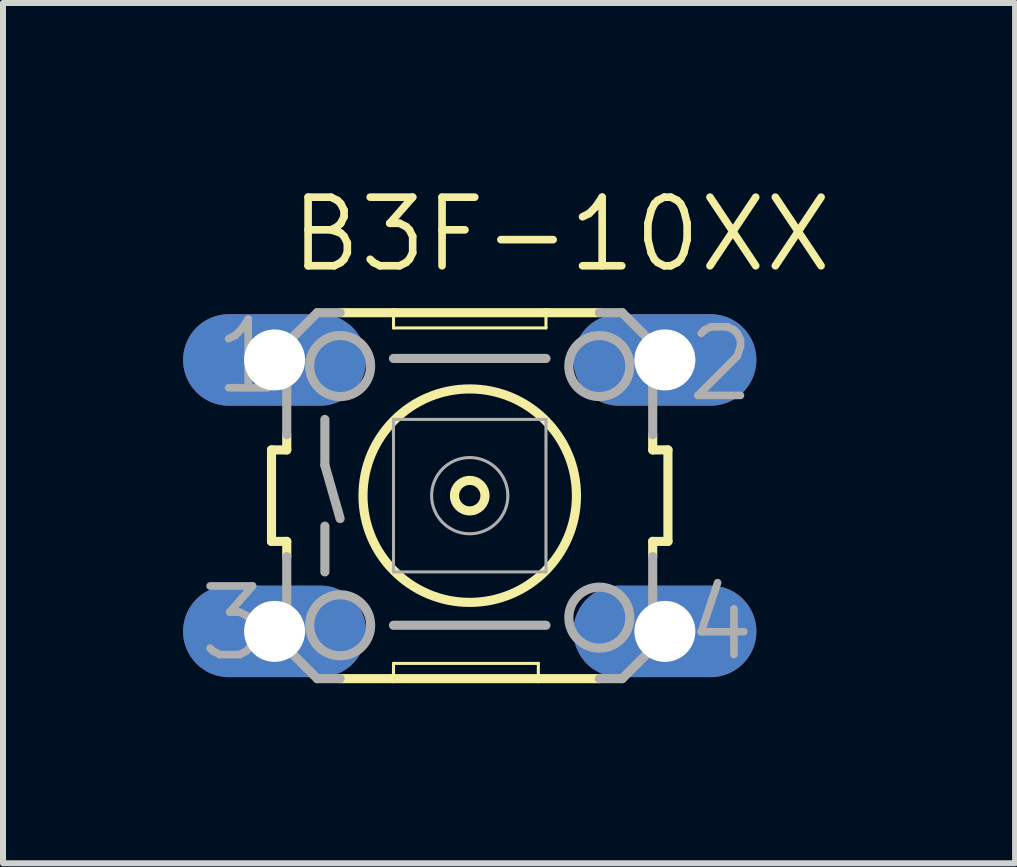
<source format=kicad_pcb>
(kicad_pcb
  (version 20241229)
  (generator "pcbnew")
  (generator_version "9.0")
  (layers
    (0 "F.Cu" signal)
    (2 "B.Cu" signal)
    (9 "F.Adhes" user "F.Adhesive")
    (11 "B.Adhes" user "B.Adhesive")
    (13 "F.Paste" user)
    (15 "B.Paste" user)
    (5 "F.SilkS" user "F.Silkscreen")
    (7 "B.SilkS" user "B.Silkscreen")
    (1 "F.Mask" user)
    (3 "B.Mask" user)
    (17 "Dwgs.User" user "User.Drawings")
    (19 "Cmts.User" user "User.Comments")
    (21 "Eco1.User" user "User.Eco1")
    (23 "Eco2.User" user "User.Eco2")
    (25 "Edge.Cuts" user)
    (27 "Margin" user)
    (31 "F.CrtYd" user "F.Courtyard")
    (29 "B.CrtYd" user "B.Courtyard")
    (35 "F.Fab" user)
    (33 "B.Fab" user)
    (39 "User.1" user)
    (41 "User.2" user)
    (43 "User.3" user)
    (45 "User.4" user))
  (footprint "B3F-10XX"
    (layer "F.Cu")
    (at 4.775 5.207)
    (property "Reference" "B3F-10XX" (at -3.048 -3.683 0) (layer "F.SilkS") (effects (font (size 1.143 1.143) (thickness 0.127)) (justify left bottom)))
    (fp_line (start -3.302 -0.762) (end -3.302 0.762) (stroke (width 0.152) (type solid)) (layer "F.SilkS"))
    (fp_line (start -3.302 -0.762) (end -3.048 -0.762) (stroke (width 0.152) (type solid)) (layer "F.SilkS"))
    (fp_line (start -3.048 -0.762) (end -3.048 -1.016) (stroke (width 0.152) (type solid)) (layer "F.SilkS"))
    (fp_line (start -3.048 0.762) (end -3.302 0.762) (stroke (width 0.152) (type solid)) (layer "F.SilkS"))
    (fp_line (start -3.048 0.762) (end -3.048 1.016) (stroke (width 0.152) (type solid)) (layer "F.SilkS"))
    (fp_line (start -2.159 3.048) (end -1.27 3.048) (stroke (width 0.152) (type solid)) (layer "F.SilkS"))
    (fp_line (start -1.27 -3.048) (end -2.159 -3.048) (stroke (width 0.152) (type solid)) (layer "F.SilkS"))
    (fp_line (start -1.27 -3.048) (end -1.27 -2.794) (stroke (width 0.051) (type solid)) (layer "F.SilkS"))
    (fp_line (start -1.27 2.794) (end -1.27 3.048) (stroke (width 0.051) (type solid)) (layer "F.SilkS"))
    (fp_line (start -1.27 3.048) (end 1.143 3.048) (stroke (width 0.152) (type solid)) (layer "F.SilkS"))
    (fp_line (start 1.143 2.794) (end -1.27 2.794) (stroke (width 0.051) (type solid)) (layer "F.SilkS"))
    (fp_line (start 1.143 2.794) (end 1.143 3.048) (stroke (width 0.051) (type solid)) (layer "F.SilkS"))
    (fp_line (start 1.143 3.048) (end 2.159 3.048) (stroke (width 0.152) (type solid)) (layer "F.SilkS"))
    (fp_line (start 1.27 -3.048) (end -1.27 -3.048) (stroke (width 0.152) (type solid)) (layer "F.SilkS"))
    (fp_line (start 1.27 -2.794) (end -1.27 -2.794) (stroke (width 0.051) (type solid)) (layer "F.SilkS"))
    (fp_line (start 1.27 -2.794) (end 1.27 -3.048) (stroke (width 0.051) (type solid)) (layer "F.SilkS"))
    (fp_line (start 2.159 -3.048) (end 1.27 -3.048) (stroke (width 0.152) (type solid)) (layer "F.SilkS"))
    (fp_line (start 3.048 -0.762) (end 3.048 -1.016) (stroke (width 0.152) (type solid)) (layer "F.SilkS"))
    (fp_line (start 3.048 -0.762) (end 3.302 -0.762) (stroke (width 0.152) (type solid)) (layer "F.SilkS"))
    (fp_line (start 3.048 0.762) (end 3.048 1.016) (stroke (width 0.152) (type solid)) (layer "F.SilkS"))
    (fp_line (start 3.302 0.762) (end 3.048 0.762) (stroke (width 0.152) (type solid)) (layer "F.SilkS"))
    (fp_line (start 3.302 0.762) (end 3.302 -0.762) (stroke (width 0.152) (type solid)) (layer "F.SilkS"))
    (fp_circle (center 0 0) (end 0.254 0) (stroke (width 0.152) (type solid)) (fill no) (layer "F.SilkS"))
    (fp_circle (center 0 0) (end 1.778 0) (stroke (width 0.152) (type solid)) (fill no) (layer "F.SilkS"))
    (fp_line (start -3.048 -2.54) (end -3.048 -1.016) (stroke (width 0.152) (type solid)) (layer "F.Fab"))
    (fp_line (start -3.048 2.54) (end -3.048 1.016) (stroke (width 0.152) (type solid)) (layer "F.Fab"))
    (fp_line (start -2.54 -3.048) (end -3.048 -2.54) (stroke (width 0.152) (type solid)) (layer "F.Fab"))
    (fp_line (start -2.54 -3.048) (end -2.159 -3.048) (stroke (width 0.152) (type solid)) (layer "F.Fab"))
    (fp_line (start -2.54 3.048) (end -3.048 2.54) (stroke (width 0.152) (type solid)) (layer "F.Fab"))
    (fp_line (start -2.54 3.048) (end -2.159 3.048) (stroke (width 0.152) (type solid)) (layer "F.Fab"))
    (fp_line (start -2.413 -1.27) (end -2.413 -0.508) (stroke (width 0.152) (type solid)) (layer "F.Fab"))
    (fp_line (start -2.413 -0.508) (end -2.159 0.381) (stroke (width 0.152) (type solid)) (layer "F.Fab"))
    (fp_line (start -2.413 0.508) (end -2.413 1.27) (stroke (width 0.152) (type solid)) (layer "F.Fab"))
    (fp_line (start -1.27 -1.27) (end -1.27 1.27) (stroke (width 0.051) (type solid)) (layer "F.Fab"))
    (fp_line (start -1.27 -1.27) (end 1.27 -1.27) (stroke (width 0.051) (type solid)) (layer "F.Fab"))
    (fp_line (start -1.27 2.159) (end 1.27 2.159) (stroke (width 0.152) (type solid)) (layer "F.Fab"))
    (fp_line (start 1.27 -2.286) (end -1.27 -2.286) (stroke (width 0.152) (type solid)) (layer "F.Fab"))
    (fp_line (start 1.27 1.27) (end -1.27 1.27) (stroke (width 0.051) (type solid)) (layer "F.Fab"))
    (fp_line (start 1.27 1.27) (end 1.27 -1.27) (stroke (width 0.051) (type solid)) (layer "F.Fab"))
    (fp_line (start 2.54 -3.048) (end 2.159 -3.048) (stroke (width 0.152) (type solid)) (layer "F.Fab"))
    (fp_line (start 2.54 3.048) (end 2.159 3.048) (stroke (width 0.152) (type solid)) (layer "F.Fab"))
    (fp_line (start 2.54 3.048) (end 3.048 2.54) (stroke (width 0.152) (type solid)) (layer "F.Fab"))
    (fp_line (start 3.048 -2.54) (end 2.54 -3.048) (stroke (width 0.152) (type solid)) (layer "F.Fab"))
    (fp_line (start 3.048 -1.016) (end 3.048 -2.54) (stroke (width 0.152) (type solid)) (layer "F.Fab"))
    (fp_line (start 3.048 2.54) (end 3.048 1.016) (stroke (width 0.152) (type solid)) (layer "F.Fab"))
    (fp_circle (center -2.159 -2.159) (end -1.651 -2.159) (stroke (width 0.152) (type solid)) (fill no) (layer "F.Fab"))
    (fp_circle (center -2.159 2.159) (end -1.651 2.159) (stroke (width 0.152) (type solid)) (fill no) (layer "F.Fab"))
    (fp_circle (center 0 0) (end 0.635 0) (stroke (width 0.051) (type solid)) (fill no) (layer "F.Fab"))
    (fp_circle (center 2.159 -2.159) (end 2.667 -2.159) (stroke (width 0.152) (type solid)) (fill no) (layer "F.Fab"))
    (fp_circle (center 2.159 2.032) (end 2.667 2.032) (stroke (width 0.152) (type solid)) (fill no) (layer "F.Fab"))
    (fp_text user "2" (at 3.556 -1.524 0) (layer "F.Fab") (effects (font (size 1.143 1.143) (thickness 0.127)) (justify left bottom)))
    (fp_text user "3" (at -4.572 2.794 0) (layer "F.Fab") (effects (font (size 1.143 1.143) (thickness 0.127)) (justify left bottom)))
    (fp_text user "4" (at 3.556 2.794 0) (layer "F.Fab") (effects (font (size 1.143 1.143) (thickness 0.127)) (justify left bottom)))
    (fp_text user "1" (at -4.318 -1.651 0) (layer "F.Fab") (effects (font (size 1.143 1.143) (thickness 0.127)) (justify left bottom)))
    (pad "1" thru_hole oval (at -3.251 -2.261) (size 3.048 1.524) (drill 1.016) (layers "*.Cu" "*.Mask"))
    (pad "2" thru_hole oval (at 3.251 -2.261) (size 3.048 1.524) (drill 1.016) (layers "*.Cu" "*.Mask"))
    (pad "3" thru_hole oval (at -3.251 2.261) (size 3.048 1.524) (drill 1.016) (layers "*.Cu" "*.Mask"))
    (pad "4" thru_hole oval (at 3.251 2.261) (size 3.048 1.524) (drill 1.016) (layers "*.Cu" "*.Mask")))
  (gr_rect
    (start -3 -3)
    (end 13.86 11.331)
    (stroke (width 0.1) (type default))
    (fill no)
    (layer "Edge.Cuts")))
</source>
